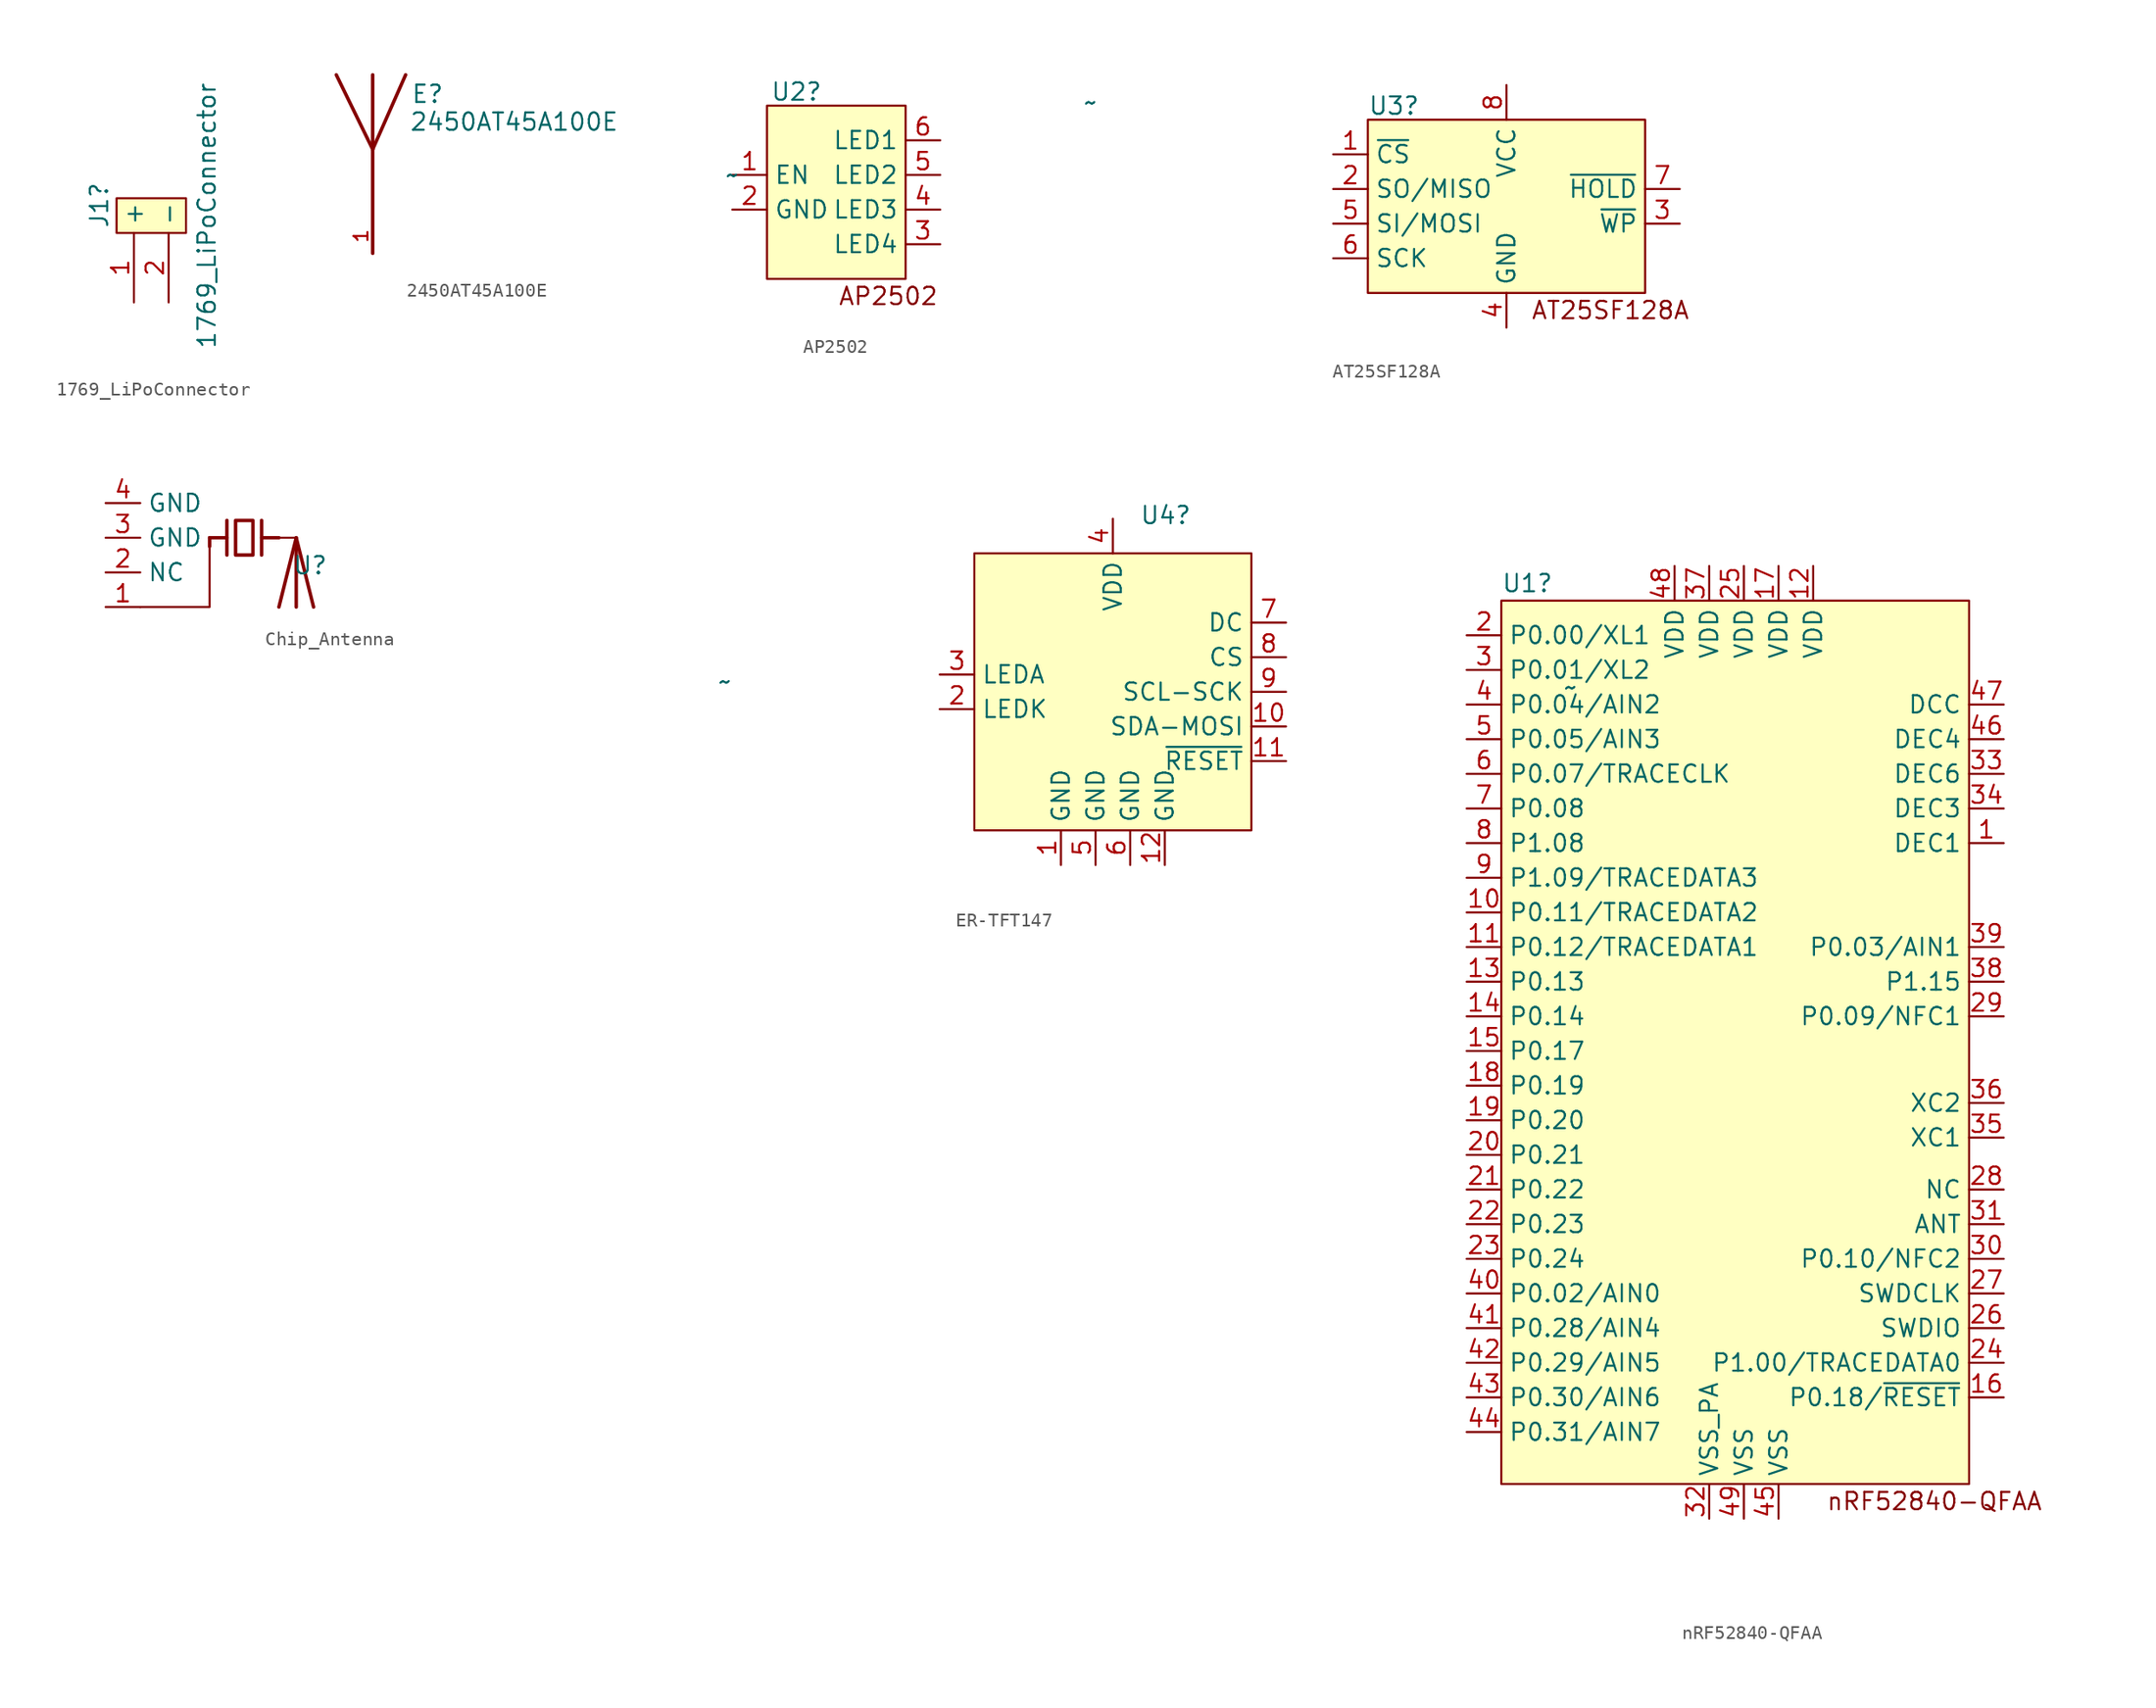
<source format=kicad_sym>
(kicad_symbol_lib
  (version 20231120)
  (generator "kicad_symbol_editor")
  (generator_version "8.0")
  (symbol "1769_LiPoConnector"
    (property "Reference" "J1"
      (at -3.81 2.032 90)
      (effects (font (size 1.27 1.27))))
    (property "Value" "1769_LiPoConnector"
      (at 4.064 1.27 90)
      (effects (font (size 1.27 1.27))))
    (symbol "1769_LiPoConnector_1_1"
      (rectangle (start -2.54 2.54) (end 2.54 0) (stroke (width 0) (type default)) (fill (type background)))
      (pin passive line (at -1.27 -5.08 90) (length 5.08) (name "+" (effects (font (size 1.27 1.27)))) (number "1" (effects (font (size 1.27 1.27)))))
      (pin passive line (at 1.27 -5.08 90) (length 5.08) (name "-" (effects (font (size 1.27 1.27)))) (number "2" (effects (font (size 1.27 1.27)))))))
  (symbol "2450AT45A100E"
    (pin_names
      (offset 1.016))
    (property "Reference" "E"
      (at 2.8 5.85 0)
      (effects (font (size 1.27 1.27)) (justify left bottom)))
    (property "Value" "2450AT45A100E"
      (at 2.673 3.813 0)
      (effects (font (size 1.27 1.27)) (justify left bottom)))
    (symbol "2450AT45A100E_0_0"
      (polyline (pts (xy 0 2.54) (xy -2.667 8.001)) (stroke (width 0.254) (type default)) (fill (type none)))
      (polyline (pts (xy 0 2.54) (xy 0 -5.08)) (stroke (width 0.254) (type default)) (fill (type none)))
      (polyline (pts (xy 0 8.001) (xy 0 2.54)) (stroke (width 0.254) (type default)) (fill (type none)))
      (polyline (pts (xy 2.413 8.001) (xy 0 2.54)) (stroke (width 0.254) (type default)) (fill (type none)))
      (pin input line (at 0 -5.08 90) (length 2.54) (name "~" (effects (font (size 1.016 1.016)))) (number "1" (effects (font (size 1.016 1.016)))))))
  (symbol "AP2502"
    (property "Reference" "U2"
      (at -2.921 7.366 0)
      (effects (font (size 1.27 1.27))))
    (property "Value" "~"
      (at -7.62 1.27 0)
      (effects (font (size 1.27 1.27))))
    (symbol "AP2502_1_1"
      (rectangle (start -5.08 6.35) (end 5.08 -6.35) (stroke (width 0) (type default)) (fill (type background)))
      (text "AP2502" (at 3.81 -7.62 0) (effects (font (size 1.27 1.27))))
      (pin input line (at -7.62 1.27 0) (length 2.54) (name "EN" (effects (font (size 1.27 1.27)))) (number "1" (effects (font (size 1.27 1.27)))))
      (pin input line (at -7.62 -1.27 0) (length 2.54) (name "GND" (effects (font (size 1.27 1.27)))) (number "2" (effects (font (size 1.27 1.27)))))
      (pin input line (at 7.62 -3.81 180) (length 2.54) (name "LED4" (effects (font (size 1.27 1.27)))) (number "3" (effects (font (size 1.27 1.27)))))
      (pin input line (at 7.62 -1.27 180) (length 2.54) (name "LED3" (effects (font (size 1.27 1.27)))) (number "4" (effects (font (size 1.27 1.27)))))
      (pin input line (at 7.62 1.27 180) (length 2.54) (name "LED2" (effects (font (size 1.27 1.27)))) (number "5" (effects (font (size 1.27 1.27)))))
      (pin input line (at 7.62 3.81 180) (length 2.54) (name "LED1" (effects (font (size 1.27 1.27)))) (number "6" (effects (font (size 1.27 1.27)))))))
  (symbol "AT25SF128A"
    (property "Reference" "U3"
      (at -10.16 7.366 0)
      (effects (font (size 1.27 1.27)) (justify left)))
    (property "Value" "~"
      (at -30.48 7.62 0)
      (effects (font (size 1.27 1.27))))
    (symbol "AT25SF128A_1_1"
      (rectangle (start -10.16 6.35) (end 10.16 -6.35) (stroke (width 0) (type default)) (fill (type background)))
      (text "AT25SF128A" (at 7.62 -7.62 0) (effects (font (size 1.27 1.27))))
      (pin input line (at -12.7 3.81 0) (length 2.54) (name "~{CS}" (effects (font (size 1.27 1.27)))) (number "1" (effects (font (size 1.27 1.27)))))
      (pin input line (at -12.7 1.27 0) (length 2.54) (name "SO/MISO" (effects (font (size 1.27 1.27)))) (number "2" (effects (font (size 1.27 1.27)))))
      (pin input line (at 12.7 -1.27 180) (length 2.54) (name "~{WP}" (effects (font (size 1.27 1.27)))) (number "3" (effects (font (size 1.27 1.27)))))
      (pin input line (at 0 -8.89 90) (length 2.54) (name "GND" (effects (font (size 1.27 1.27)))) (number "4" (effects (font (size 1.27 1.27)))))
      (pin input line (at -12.7 -1.27 0) (length 2.54) (name "SI/MOSI" (effects (font (size 1.27 1.27)))) (number "5" (effects (font (size 1.27 1.27)))))
      (pin input line (at -12.7 -3.81 0) (length 2.54) (name "SCK" (effects (font (size 1.27 1.27)))) (number "6" (effects (font (size 1.27 1.27)))))
      (pin input line (at 12.7 1.27 180) (length 2.54) (name "~{HOLD}" (effects (font (size 1.27 1.27)))) (number "7" (effects (font (size 1.27 1.27)))))
      (pin input line (at 0 8.89 270) (length 2.54) (name "VCC" (effects (font (size 1.27 1.27)))) (number "8" (effects (font (size 1.27 1.27)))))))
  (symbol "Chip_Antenna"
    (property "Reference" "U"
      (at 4.826 -2.032 0)
      (effects (font (size 1.27 1.27))))
    (property "Value" ""
      (at 22.86 -3.81 0)
      (effects (font (size 1.27 1.27))))
    (symbol "Chip_Antenna_0_1"
      (polyline (pts (xy -2.54 0) (xy -2.54 -0.635)) (stroke (width 0.254) (type default)) (fill (type none)))
      (polyline (pts (xy -2.54 0) (xy -1.27 0)) (stroke (width 0.254) (type default)) (fill (type none)))
      (polyline (pts (xy 1.27 0) (xy 2.54 0)) (stroke (width 0.254) (type default)) (fill (type none)))
      (polyline (pts (xy 1.27 1.27) (xy 1.27 -1.27)) (stroke (width 0.254) (type default)) (fill (type none)))
      (polyline (pts (xy 3.81 0) (xy 2.54 0)) (stroke (width 0) (type default)) (fill (type none)))
      (polyline (pts (xy 3.81 0) (xy 3.81 -5.08)) (stroke (width 0.254) (type default)) (fill (type none)))
      (polyline (pts (xy -2.54 0) (xy -2.54 -5.08) (xy -7.62 -5.08)) (stroke (width 0) (type default)) (fill (type none)))
      (polyline (pts (xy -1.27 1.27) (xy -1.27 -1.27) (xy -1.27 0)) (stroke (width 0.254) (type default)) (fill (type none)))
      (polyline (pts (xy 5.08 -5.08) (xy 3.81 0) (xy 2.54 -5.08)) (stroke (width 0.254) (type default)) (fill (type none)))
      (polyline (pts (xy -0.635 1.27) (xy 0.635 1.27) (xy 0.635 -1.27) (xy -0.635 -1.27) (xy -0.635 1.27)) (stroke (width 0.254) (type default)) (fill (type none))))
    (symbol "Chip_Antenna_1_1"
      (pin input line (at -10.16 -5.08 0) (length 2.54) (name "" (effects (font (size 1.27 1.27)))) (number "1" (effects (font (size 1.27 1.27)))))
      (pin input line (at -10.16 -2.54 0) (length 2.54) (name "NC" (effects (font (size 1.27 1.27)))) (number "2" (effects (font (size 1.27 1.27)))))
      (pin input line (at -10.16 0 0) (length 2.54) (name "GND" (effects (font (size 1.27 1.27)))) (number "3" (effects (font (size 1.27 1.27)))))
      (pin input line (at -10.16 2.54 0) (length 2.54) (name "GND" (effects (font (size 1.27 1.27)))) (number "4" (effects (font (size 1.27 1.27)))))))
  (symbol "ER-TFT147"
    (property "Reference" "U4"
      (at 1.956 12.954 0)
      (effects (font (size 1.27 1.27)) (justify left)))
    (property "Value" "~"
      (at -28.448 0.762 0)
      (effects (font (size 1.27 1.27))))
    (symbol "ER-TFT147_1_1"
      (rectangle (start -10.16 10.16) (end 10.16 -10.16) (stroke (width 0) (type default)) (fill (type background)))
      (pin input line (at -3.81 -12.7 90) (length 2.54) (name "GND" (effects (font (size 1.27 1.27)))) (number "1" (effects (font (size 1.27 1.27)))))
      (pin input line (at 12.7 -2.54 180) (length 2.54) (name "SDA-MOSI" (effects (font (size 1.27 1.27)))) (number "10" (effects (font (size 1.27 1.27)))))
      (pin input line (at 12.7 -5.08 180) (length 2.54) (name "~{RESET}" (effects (font (size 1.27 1.27)))) (number "11" (effects (font (size 1.27 1.27)))))
      (pin input line (at 3.81 -12.7 90) (length 2.54) (name "GND" (effects (font (size 1.27 1.27)))) (number "12" (effects (font (size 1.27 1.27)))))
      (pin input line (at -12.7 -1.27 0) (length 2.54) (name "LEDK" (effects (font (size 1.27 1.27)))) (number "2" (effects (font (size 1.27 1.27)))))
      (pin input line (at -12.7 1.27 0) (length 2.54) (name "LEDA" (effects (font (size 1.27 1.27)))) (number "3" (effects (font (size 1.27 1.27)))))
      (pin input line (at 0 12.7 270) (length 2.54) (name "VDD" (effects (font (size 1.27 1.27)))) (number "4" (effects (font (size 1.27 1.27)))))
      (pin input line (at -1.27 -12.7 90) (length 2.54) (name "GND" (effects (font (size 1.27 1.27)))) (number "5" (effects (font (size 1.27 1.27)))))
      (pin input line (at 1.27 -12.7 90) (length 2.54) (name "GND" (effects (font (size 1.27 1.27)))) (number "6" (effects (font (size 1.27 1.27)))))
      (pin input line (at 12.7 5.08 180) (length 2.54) (name "DC" (effects (font (size 1.27 1.27)))) (number "7" (effects (font (size 1.27 1.27)))))
      (pin input line (at 12.7 2.54 180) (length 2.54) (name "CS" (effects (font (size 1.27 1.27)))) (number "8" (effects (font (size 1.27 1.27)))))
      (pin input line (at 12.7 0 180) (length 2.54) (name "SCL-SCK" (effects (font (size 1.27 1.27)))) (number "9" (effects (font (size 1.27 1.27)))))))
  (symbol "nRF52840-QFAA"
    (property "Reference" "U1"
      (at -17.78 31.75 0)
      (effects (font (size 1.27 1.27)) (justify left)))
    (property "Value" "~"
      (at -12.7 24.13 0)
      (effects (font (size 1.27 1.27))))
    (symbol "nRF52840-QFAA_1_1"
      (rectangle (start -17.78 30.48) (end 16.51 -34.29) (stroke (width 0) (type default)) (fill (type background)))
      (text "nRF52840-QFAA" (at 13.97 -35.56 0) (effects (font (size 1.27 1.27))))
      (pin input line (at 19.05 12.7 180) (length 2.54) (name "DEC1" (effects (font (size 1.27 1.27)))) (number "1" (effects (font (size 1.27 1.27)))))
      (pin input line (at -20.32 7.62 0) (length 2.54) (name "P0.11/TRACEDATA2" (effects (font (size 1.27 1.27)))) (number "10" (effects (font (size 1.27 1.27)))))
      (pin input line (at -20.32 5.08 0) (length 2.54) (name "P0.12/TRACEDATA1" (effects (font (size 1.27 1.27)))) (number "11" (effects (font (size 1.27 1.27)))))
      (pin input line (at 5.08 33.02 270) (length 2.54) (name "VDD" (effects (font (size 1.27 1.27)))) (number "12" (effects (font (size 1.27 1.27)))))
      (pin input line (at -20.32 2.54 0) (length 2.54) (name "P0.13" (effects (font (size 1.27 1.27)))) (number "13" (effects (font (size 1.27 1.27)))))
      (pin input line (at -20.32 0 0) (length 2.54) (name "P0.14" (effects (font (size 1.27 1.27)))) (number "14" (effects (font (size 1.27 1.27)))))
      (pin input line (at -20.32 -2.54 0) (length 2.54) (name "P0.17" (effects (font (size 1.27 1.27)))) (number "15" (effects (font (size 1.27 1.27)))))
      (pin input line (at 19.05 -27.94 180) (length 2.54) (name "P0.18/~{RESET}" (effects (font (size 1.27 1.27)))) (number "16" (effects (font (size 1.27 1.27)))))
      (pin input line (at 2.54 33.02 270) (length 2.54) (name "VDD" (effects (font (size 1.27 1.27)))) (number "17" (effects (font (size 1.27 1.27)))))
      (pin input line (at -20.32 -5.08 0) (length 2.54) (name "P0.19" (effects (font (size 1.27 1.27)))) (number "18" (effects (font (size 1.27 1.27)))))
      (pin input line (at -20.32 -7.62 0) (length 2.54) (name "P0.20" (effects (font (size 1.27 1.27)))) (number "19" (effects (font (size 1.27 1.27)))))
      (pin input line (at -20.32 27.94 0) (length 2.54) (name "P0.00/XL1" (effects (font (size 1.27 1.27)))) (number "2" (effects (font (size 1.27 1.27)))))
      (pin input line (at -20.32 -10.16 0) (length 2.54) (name "P0.21" (effects (font (size 1.27 1.27)))) (number "20" (effects (font (size 1.27 1.27)))))
      (pin input line (at -20.32 -12.7 0) (length 2.54) (name "P0.22" (effects (font (size 1.27 1.27)))) (number "21" (effects (font (size 1.27 1.27)))))
      (pin input line (at -20.32 -15.24 0) (length 2.54) (name "P0.23" (effects (font (size 1.27 1.27)))) (number "22" (effects (font (size 1.27 1.27)))))
      (pin input line (at -20.32 -17.78 0) (length 2.54) (name "P0.24" (effects (font (size 1.27 1.27)))) (number "23" (effects (font (size 1.27 1.27)))))
      (pin input line (at 19.05 -25.4 180) (length 2.54) (name "P1.00/TRACEDATA0" (effects (font (size 1.27 1.27)))) (number "24" (effects (font (size 1.27 1.27)))))
      (pin input line (at 0 33.02 270) (length 2.54) (name "VDD" (effects (font (size 1.27 1.27)))) (number "25" (effects (font (size 1.27 1.27)))))
      (pin input line (at 19.05 -22.86 180) (length 2.54) (name "SWDIO" (effects (font (size 1.27 1.27)))) (number "26" (effects (font (size 1.27 1.27)))))
      (pin input line (at 19.05 -20.32 180) (length 2.54) (name "SWDCLK" (effects (font (size 1.27 1.27)))) (number "27" (effects (font (size 1.27 1.27)))))
      (pin input line (at 19.05 -12.7 180) (length 2.54) (name "NC" (effects (font (size 1.27 1.27)))) (number "28" (effects (font (size 1.27 1.27)))))
      (pin input line (at 19.05 0 180) (length 2.54) (name "P0.09/NFC1" (effects (font (size 1.27 1.27)))) (number "29" (effects (font (size 1.27 1.27)))))
      (pin input line (at -20.32 25.4 0) (length 2.54) (name "P0.01/XL2" (effects (font (size 1.27 1.27)))) (number "3" (effects (font (size 1.27 1.27)))))
      (pin input line (at 19.05 -17.78 180) (length 2.54) (name "P0.10/NFC2" (effects (font (size 1.27 1.27)))) (number "30" (effects (font (size 1.27 1.27)))))
      (pin input line (at 19.05 -15.24 180) (length 2.54) (name "ANT" (effects (font (size 1.27 1.27)))) (number "31" (effects (font (size 1.27 1.27)))))
      (pin input line (at -2.54 -36.83 90) (length 2.54) (name "VSS_PA" (effects (font (size 1.27 1.27)))) (number "32" (effects (font (size 1.27 1.27)))))
      (pin input line (at 19.05 17.78 180) (length 2.54) (name "DEC6" (effects (font (size 1.27 1.27)))) (number "33" (effects (font (size 1.27 1.27)))))
      (pin input line (at 19.05 15.24 180) (length 2.54) (name "DEC3" (effects (font (size 1.27 1.27)))) (number "34" (effects (font (size 1.27 1.27)))))
      (pin input line (at 19.05 -8.89 180) (length 2.54) (name "XC1" (effects (font (size 1.27 1.27)))) (number "35" (effects (font (size 1.27 1.27)))))
      (pin input line (at 19.05 -6.35 180) (length 2.54) (name "XC2" (effects (font (size 1.27 1.27)))) (number "36" (effects (font (size 1.27 1.27)))))
      (pin input line (at -2.54 33.02 270) (length 2.54) (name "VDD" (effects (font (size 1.27 1.27)))) (number "37" (effects (font (size 1.27 1.27)))))
      (pin input line (at 19.05 2.54 180) (length 2.54) (name "P1.15" (effects (font (size 1.27 1.27)))) (number "38" (effects (font (size 1.27 1.27)))))
      (pin input line (at 19.05 5.08 180) (length 2.54) (name "P0.03/AIN1" (effects (font (size 1.27 1.27)))) (number "39" (effects (font (size 1.27 1.27)))))
      (pin input line (at -20.32 22.86 0) (length 2.54) (name "P0.04/AIN2" (effects (font (size 1.27 1.27)))) (number "4" (effects (font (size 1.27 1.27)))))
      (pin input line (at -20.32 -20.32 0) (length 2.54) (name "P0.02/AIN0" (effects (font (size 1.27 1.27)))) (number "40" (effects (font (size 1.27 1.27)))))
      (pin input line (at -20.32 -22.86 0) (length 2.54) (name "P0.28/AIN4" (effects (font (size 1.27 1.27)))) (number "41" (effects (font (size 1.27 1.27)))))
      (pin input line (at -20.32 -25.4 0) (length 2.54) (name "P0.29/AIN5" (effects (font (size 1.27 1.27)))) (number "42" (effects (font (size 1.27 1.27)))))
      (pin input line (at -20.32 -27.94 0) (length 2.54) (name "P0.30/AIN6" (effects (font (size 1.27 1.27)))) (number "43" (effects (font (size 1.27 1.27)))))
      (pin input line (at -20.32 -30.48 0) (length 2.54) (name "P0.31/AIN7" (effects (font (size 1.27 1.27)))) (number "44" (effects (font (size 1.27 1.27)))))
      (pin input line (at 2.54 -36.83 90) (length 2.54) (name "VSS" (effects (font (size 1.27 1.27)))) (number "45" (effects (font (size 1.27 1.27)))))
      (pin input line (at 19.05 20.32 180) (length 2.54) (name "DEC4" (effects (font (size 1.27 1.27)))) (number "46" (effects (font (size 1.27 1.27)))))
      (pin input line (at 19.05 22.86 180) (length 2.54) (name "DCC" (effects (font (size 1.27 1.27)))) (number "47" (effects (font (size 1.27 1.27)))))
      (pin input line (at -5.08 33.02 270) (length 2.54) (name "VDD" (effects (font (size 1.27 1.27)))) (number "48" (effects (font (size 1.27 1.27)))))
      (pin input line (at 0 -36.83 90) (length 2.54) (name "VSS" (effects (font (size 1.27 1.27)))) (number "49" (effects (font (size 1.27 1.27)))))
      (pin input line (at -20.32 20.32 0) (length 2.54) (name "P0.05/AIN3" (effects (font (size 1.27 1.27)))) (number "5" (effects (font (size 1.27 1.27)))))
      (pin input line (at -20.32 17.78 0) (length 2.54) (name "P0.07/TRACECLK" (effects (font (size 1.27 1.27)))) (number "6" (effects (font (size 1.27 1.27)))))
      (pin input line (at -20.32 15.24 0) (length 2.54) (name "P0.08" (effects (font (size 1.27 1.27)))) (number "7" (effects (font (size 1.27 1.27)))))
      (pin input line (at -20.32 12.7 0) (length 2.54) (name "P1.08" (effects (font (size 1.27 1.27)))) (number "8" (effects (font (size 1.27 1.27)))))
      (pin input line (at -20.32 10.16 0) (length 2.54) (name "P1.09/TRACEDATA3" (effects (font (size 1.27 1.27)))) (number "9" (effects (font (size 1.27 1.27))))))))
</source>
